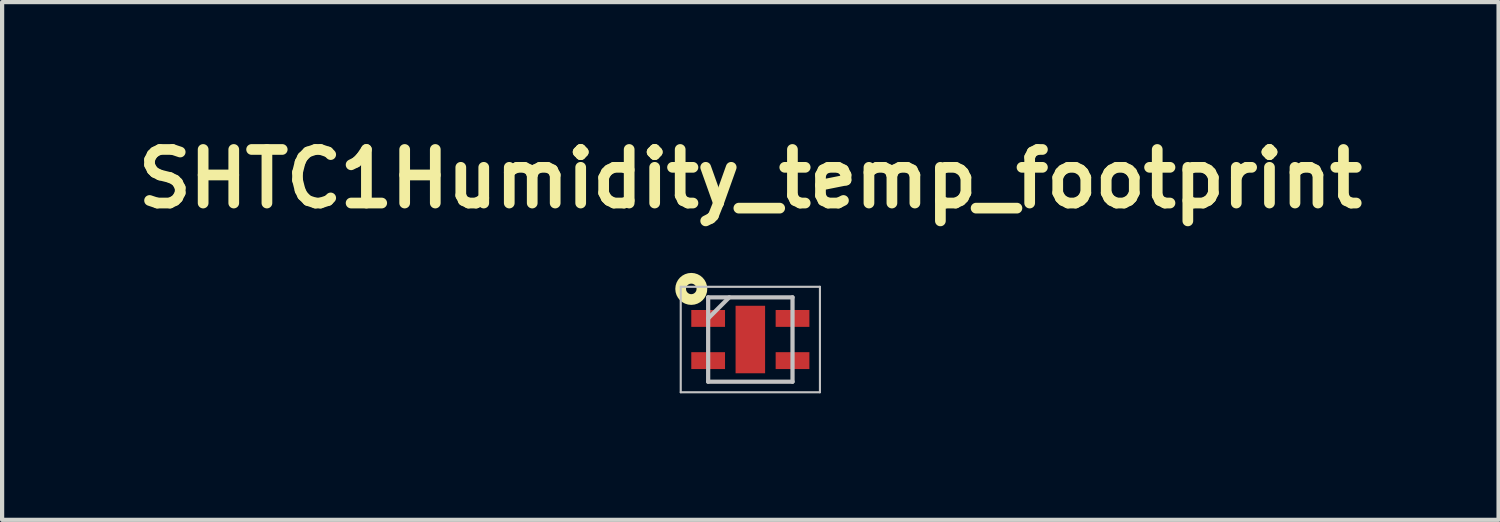
<source format=kicad_pcb>
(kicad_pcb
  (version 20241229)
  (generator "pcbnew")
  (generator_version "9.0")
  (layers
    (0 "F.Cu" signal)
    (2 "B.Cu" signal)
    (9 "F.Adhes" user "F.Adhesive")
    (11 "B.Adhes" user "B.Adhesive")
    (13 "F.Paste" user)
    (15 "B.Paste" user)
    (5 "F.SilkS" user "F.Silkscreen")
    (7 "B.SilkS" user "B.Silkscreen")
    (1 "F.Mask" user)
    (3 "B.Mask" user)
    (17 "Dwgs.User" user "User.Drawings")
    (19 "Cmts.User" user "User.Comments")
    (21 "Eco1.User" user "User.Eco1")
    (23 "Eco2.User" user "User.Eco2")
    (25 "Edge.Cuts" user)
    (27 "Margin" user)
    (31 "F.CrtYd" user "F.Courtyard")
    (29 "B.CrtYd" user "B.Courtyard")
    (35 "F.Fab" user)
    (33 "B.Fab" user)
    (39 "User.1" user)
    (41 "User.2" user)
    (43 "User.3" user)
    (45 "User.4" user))
  (footprint "SHTC1Humidity_temp_footprint"
    (layer "F.Cu")
    (at 14.738 4.999)
    (property "Reference" "SHTC1Humidity_temp_footprint" (at 0 -3.81 0) (layer "F.SilkS") (effects (font (size 1.27 1.27) (thickness 0.254))))
    (attr smd)
    (fp_circle (center -1.4 -1.2) (end -1.275 -1.2) (stroke (width 0.254) (type solid)) (fill no) (layer "F.SilkS"))
    (fp_line (start -1.65 -1.25) (end 1.65 -1.25) (stroke (width 0.05) (type solid)) (layer "Dwgs.User"))
    (fp_line (start -1.65 1.25) (end -1.65 -1.25) (stroke (width 0.05) (type solid)) (layer "Dwgs.User"))
    (fp_line (start -1 -1) (end 1 -1) (stroke (width 0.1) (type solid)) (layer "Dwgs.User"))
    (fp_line (start -1 -0.5) (end -0.5 -1) (stroke (width 0.1) (type solid)) (layer "Dwgs.User"))
    (fp_line (start -1 1) (end -1 -1) (stroke (width 0.1) (type solid)) (layer "Dwgs.User"))
    (fp_line (start 1 -1) (end 1 1) (stroke (width 0.1) (type solid)) (layer "Dwgs.User"))
    (fp_line (start 1 1) (end -1 1) (stroke (width 0.1) (type solid)) (layer "Dwgs.User"))
    (fp_line (start 1.65 -1.25) (end 1.65 1.25) (stroke (width 0.05) (type solid)) (layer "Dwgs.User"))
    (fp_line (start 1.65 1.25) (end -1.65 1.25) (stroke (width 0.05) (type solid)) (layer "Dwgs.User"))
    (pad "1" smd rect (at -1 -0.5 90) (size 0.4 0.8) (layers "F.Cu" "F.Mask" "F.Paste"))
    (pad "2" smd rect (at -1 0.5 90) (size 0.4 0.8) (layers "F.Cu" "F.Mask" "F.Paste"))
    (pad "3" smd rect (at 1 0.5 90) (size 0.4 0.8) (layers "F.Cu" "F.Mask" "F.Paste"))
    (pad "4" smd rect (at 1 -0.5 90) (size 0.4 0.8) (layers "F.Cu" "F.Mask" "F.Paste"))
    (pad "5" smd rect (at 0 0) (size 0.7 1.6) (layers "F.Cu" "F.Mask" "F.Paste")))
  (gr_rect
    (start -3 -3)
    (end 32.476 9.274)
    (stroke (width 0.1) (type default))
    (fill no)
    (layer "Edge.Cuts")))
</source>
